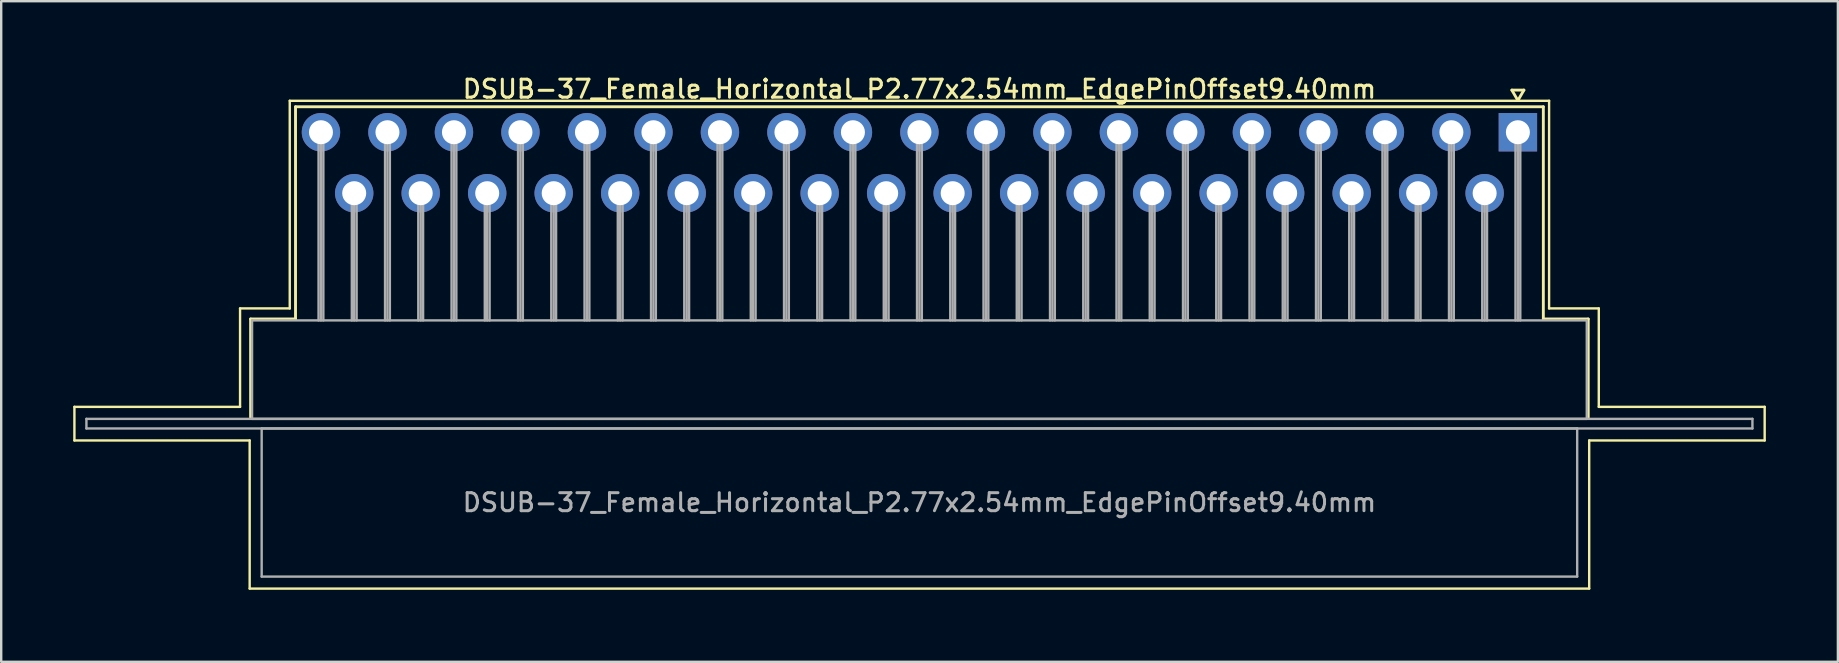
<source format=kicad_pcb>
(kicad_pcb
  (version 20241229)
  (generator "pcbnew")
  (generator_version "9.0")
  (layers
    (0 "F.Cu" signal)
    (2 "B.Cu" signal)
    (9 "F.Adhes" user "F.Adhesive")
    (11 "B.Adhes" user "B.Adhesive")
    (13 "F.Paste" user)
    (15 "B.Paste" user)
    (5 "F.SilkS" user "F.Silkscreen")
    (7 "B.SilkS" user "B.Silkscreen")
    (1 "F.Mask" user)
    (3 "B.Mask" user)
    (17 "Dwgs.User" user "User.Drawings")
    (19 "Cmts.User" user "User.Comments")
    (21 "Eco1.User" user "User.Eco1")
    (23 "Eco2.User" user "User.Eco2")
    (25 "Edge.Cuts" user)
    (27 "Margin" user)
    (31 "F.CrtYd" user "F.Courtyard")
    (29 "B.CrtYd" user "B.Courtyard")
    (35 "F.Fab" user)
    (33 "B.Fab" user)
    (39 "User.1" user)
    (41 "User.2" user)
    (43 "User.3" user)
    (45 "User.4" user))
  (footprint "DSUB-37_Female_Horizontal_P2.77x2.54mm_EdgePinOffset9.40mm"
    (layer "F.Cu")
    (at 60.18 2.458)
    (property "Reference" "DSUB-37_Female_Horizontal_P2.77x2.54mm_EdgePinOffset9.40mm" (at -24.93 -1.8 0) (layer "F.SilkS") (effects (font (size 0.75 0.75) (thickness 0.125))))
    (attr through_hole)
    (fp_line (start -60.13 11.44) (end -53.23 11.44) (stroke (width 0.1) (type solid)) (layer "F.SilkS"))
    (fp_line (start -60.13 12.84) (end -60.13 11.44) (stroke (width 0.1) (type solid)) (layer "F.SilkS"))
    (fp_line (start -53.23 7.34) (end -51.16 7.34) (stroke (width 0.1) (type solid)) (layer "F.SilkS"))
    (fp_line (start -53.23 11.44) (end -53.23 7.34) (stroke (width 0.1) (type solid)) (layer "F.SilkS"))
    (fp_line (start -52.83 12.84) (end -60.13 12.84) (stroke (width 0.1) (type solid)) (layer "F.SilkS"))
    (fp_line (start -52.83 19.01) (end -52.83 12.84) (stroke (width 0.1) (type solid)) (layer "F.SilkS"))
    (fp_line (start -52.79 7.78) (end -50.92 7.78) (stroke (width 0.12) (type solid)) (layer "F.SilkS"))
    (fp_line (start -52.79 11.88) (end -52.79 7.78) (stroke (width 0.12) (type solid)) (layer "F.SilkS"))
    (fp_line (start -51.16 -1.31) (end 1.3 -1.31) (stroke (width 0.1) (type solid)) (layer "F.SilkS"))
    (fp_line (start -51.16 7.34) (end -51.16 -1.31) (stroke (width 0.1) (type solid)) (layer "F.SilkS"))
    (fp_line (start -50.92 -1.06) (end 1.06 -1.06) (stroke (width 0.12) (type solid)) (layer "F.SilkS"))
    (fp_line (start -50.92 7.78) (end -50.92 -1.06) (stroke (width 0.12) (type solid)) (layer "F.SilkS"))
    (fp_line (start -0.25 -1.754) (end 0.25 -1.754) (stroke (width 0.12) (type solid)) (layer "F.SilkS"))
    (fp_line (start 0 -1.321) (end -0.25 -1.754) (stroke (width 0.12) (type solid)) (layer "F.SilkS"))
    (fp_line (start 0.25 -1.754) (end 0 -1.321) (stroke (width 0.12) (type solid)) (layer "F.SilkS"))
    (fp_line (start 1.06 -1.06) (end 1.06 7.78) (stroke (width 0.12) (type solid)) (layer "F.SilkS"))
    (fp_line (start 1.06 7.78) (end 2.93 7.78) (stroke (width 0.12) (type solid)) (layer "F.SilkS"))
    (fp_line (start 1.3 -1.31) (end 1.3 7.34) (stroke (width 0.1) (type solid)) (layer "F.SilkS"))
    (fp_line (start 1.3 7.34) (end 3.37 7.34) (stroke (width 0.1) (type solid)) (layer "F.SilkS"))
    (fp_line (start 2.93 7.78) (end 2.93 11.88) (stroke (width 0.12) (type solid)) (layer "F.SilkS"))
    (fp_line (start 2.97 12.84) (end 2.97 19.01) (stroke (width 0.1) (type solid)) (layer "F.SilkS"))
    (fp_line (start 2.97 19.01) (end -52.83 19.01) (stroke (width 0.1) (type solid)) (layer "F.SilkS"))
    (fp_line (start 3.37 7.34) (end 3.37 11.44) (stroke (width 0.1) (type solid)) (layer "F.SilkS"))
    (fp_line (start 3.37 11.44) (end 10.28 11.44) (stroke (width 0.1) (type solid)) (layer "F.SilkS"))
    (fp_line (start 10.28 11.44) (end 10.28 12.84) (stroke (width 0.1) (type solid)) (layer "F.SilkS"))
    (fp_line (start 10.28 12.84) (end 2.97 12.84) (stroke (width 0.1) (type solid)) (layer "F.SilkS"))
    (fp_line (start -59.63 11.94) (end -59.63 12.34) (stroke (width 0.1) (type solid)) (layer "F.Fab"))
    (fp_line (start -59.63 12.34) (end 9.77 12.34) (stroke (width 0.1) (type solid)) (layer "F.Fab"))
    (fp_line (start -52.73 7.84) (end -52.73 11.94) (stroke (width 0.1) (type solid)) (layer "F.Fab"))
    (fp_line (start -52.73 11.94) (end 2.87 11.94) (stroke (width 0.1) (type solid)) (layer "F.Fab"))
    (fp_line (start -52.33 12.34) (end -52.33 18.51) (stroke (width 0.1) (type solid)) (layer "F.Fab"))
    (fp_line (start -52.33 18.51) (end 2.47 18.51) (stroke (width 0.1) (type solid)) (layer "F.Fab"))
    (fp_line (start -49.96 0) (end -49.96 7.84) (stroke (width 0.1) (type solid)) (layer "F.Fab"))
    (fp_line (start -49.86 0) (end -49.86 7.84) (stroke (width 0.1) (type solid)) (layer "F.Fab"))
    (fp_line (start -49.76 0) (end -49.76 7.84) (stroke (width 0.1) (type solid)) (layer "F.Fab"))
    (fp_line (start -48.575 2.54) (end -48.575 7.84) (stroke (width 0.1) (type solid)) (layer "F.Fab"))
    (fp_line (start -48.475 2.54) (end -48.475 7.84) (stroke (width 0.1) (type solid)) (layer "F.Fab"))
    (fp_line (start -48.375 2.54) (end -48.375 7.84) (stroke (width 0.1) (type solid)) (layer "F.Fab"))
    (fp_line (start -47.19 0) (end -47.19 7.84) (stroke (width 0.1) (type solid)) (layer "F.Fab"))
    (fp_line (start -47.09 0) (end -47.09 7.84) (stroke (width 0.1) (type solid)) (layer "F.Fab"))
    (fp_line (start -46.99 0) (end -46.99 7.84) (stroke (width 0.1) (type solid)) (layer "F.Fab"))
    (fp_line (start -45.805 2.54) (end -45.805 7.84) (stroke (width 0.1) (type solid)) (layer "F.Fab"))
    (fp_line (start -45.705 2.54) (end -45.705 7.84) (stroke (width 0.1) (type solid)) (layer "F.Fab"))
    (fp_line (start -45.605 2.54) (end -45.605 7.84) (stroke (width 0.1) (type solid)) (layer "F.Fab"))
    (fp_line (start -44.42 0) (end -44.42 7.84) (stroke (width 0.1) (type solid)) (layer "F.Fab"))
    (fp_line (start -44.32 0) (end -44.32 7.84) (stroke (width 0.1) (type solid)) (layer "F.Fab"))
    (fp_line (start -44.22 0) (end -44.22 7.84) (stroke (width 0.1) (type solid)) (layer "F.Fab"))
    (fp_line (start -43.035 2.54) (end -43.035 7.84) (stroke (width 0.1) (type solid)) (layer "F.Fab"))
    (fp_line (start -42.935 2.54) (end -42.935 7.84) (stroke (width 0.1) (type solid)) (layer "F.Fab"))
    (fp_line (start -42.835 2.54) (end -42.835 7.84) (stroke (width 0.1) (type solid)) (layer "F.Fab"))
    (fp_line (start -41.65 0) (end -41.65 7.84) (stroke (width 0.1) (type solid)) (layer "F.Fab"))
    (fp_line (start -41.55 0) (end -41.55 7.84) (stroke (width 0.1) (type solid)) (layer "F.Fab"))
    (fp_line (start -41.45 0) (end -41.45 7.84) (stroke (width 0.1) (type solid)) (layer "F.Fab"))
    (fp_line (start -40.265 2.54) (end -40.265 7.84) (stroke (width 0.1) (type solid)) (layer "F.Fab"))
    (fp_line (start -40.165 2.54) (end -40.165 7.84) (stroke (width 0.1) (type solid)) (layer "F.Fab"))
    (fp_line (start -40.065 2.54) (end -40.065 7.84) (stroke (width 0.1) (type solid)) (layer "F.Fab"))
    (fp_line (start -38.88 0) (end -38.88 7.84) (stroke (width 0.1) (type solid)) (layer "F.Fab"))
    (fp_line (start -38.78 0) (end -38.78 7.84) (stroke (width 0.1) (type solid)) (layer "F.Fab"))
    (fp_line (start -38.68 0) (end -38.68 7.84) (stroke (width 0.1) (type solid)) (layer "F.Fab"))
    (fp_line (start -37.495 2.54) (end -37.495 7.84) (stroke (width 0.1) (type solid)) (layer "F.Fab"))
    (fp_line (start -37.395 2.54) (end -37.395 7.84) (stroke (width 0.1) (type solid)) (layer "F.Fab"))
    (fp_line (start -37.295 2.54) (end -37.295 7.84) (stroke (width 0.1) (type solid)) (layer "F.Fab"))
    (fp_line (start -36.11 0) (end -36.11 7.84) (stroke (width 0.1) (type solid)) (layer "F.Fab"))
    (fp_line (start -36.01 0) (end -36.01 7.84) (stroke (width 0.1) (type solid)) (layer "F.Fab"))
    (fp_line (start -35.91 0) (end -35.91 7.84) (stroke (width 0.1) (type solid)) (layer "F.Fab"))
    (fp_line (start -34.725 2.54) (end -34.725 7.84) (stroke (width 0.1) (type solid)) (layer "F.Fab"))
    (fp_line (start -34.625 2.54) (end -34.625 7.84) (stroke (width 0.1) (type solid)) (layer "F.Fab"))
    (fp_line (start -34.525 2.54) (end -34.525 7.84) (stroke (width 0.1) (type solid)) (layer "F.Fab"))
    (fp_line (start -33.34 0) (end -33.34 7.84) (stroke (width 0.1) (type solid)) (layer "F.Fab"))
    (fp_line (start -33.24 0) (end -33.24 7.84) (stroke (width 0.1) (type solid)) (layer "F.Fab"))
    (fp_line (start -33.14 0) (end -33.14 7.84) (stroke (width 0.1) (type solid)) (layer "F.Fab"))
    (fp_line (start -31.955 2.54) (end -31.955 7.84) (stroke (width 0.1) (type solid)) (layer "F.Fab"))
    (fp_line (start -31.855 2.54) (end -31.855 7.84) (stroke (width 0.1) (type solid)) (layer "F.Fab"))
    (fp_line (start -31.755 2.54) (end -31.755 7.84) (stroke (width 0.1) (type solid)) (layer "F.Fab"))
    (fp_line (start -30.57 0) (end -30.57 7.84) (stroke (width 0.1) (type solid)) (layer "F.Fab"))
    (fp_line (start -30.47 0) (end -30.47 7.84) (stroke (width 0.1) (type solid)) (layer "F.Fab"))
    (fp_line (start -30.37 0) (end -30.37 7.84) (stroke (width 0.1) (type solid)) (layer "F.Fab"))
    (fp_line (start -29.185 2.54) (end -29.185 7.84) (stroke (width 0.1) (type solid)) (layer "F.Fab"))
    (fp_line (start -29.085 2.54) (end -29.085 7.84) (stroke (width 0.1) (type solid)) (layer "F.Fab"))
    (fp_line (start -28.985 2.54) (end -28.985 7.84) (stroke (width 0.1) (type solid)) (layer "F.Fab"))
    (fp_line (start -27.8 0) (end -27.8 7.84) (stroke (width 0.1) (type solid)) (layer "F.Fab"))
    (fp_line (start -27.7 0) (end -27.7 7.84) (stroke (width 0.1) (type solid)) (layer "F.Fab"))
    (fp_line (start -27.6 0) (end -27.6 7.84) (stroke (width 0.1) (type solid)) (layer "F.Fab"))
    (fp_line (start -26.415 2.54) (end -26.415 7.84) (stroke (width 0.1) (type solid)) (layer "F.Fab"))
    (fp_line (start -26.315 2.54) (end -26.315 7.84) (stroke (width 0.1) (type solid)) (layer "F.Fab"))
    (fp_line (start -26.215 2.54) (end -26.215 7.84) (stroke (width 0.1) (type solid)) (layer "F.Fab"))
    (fp_line (start -25.03 0) (end -25.03 7.84) (stroke (width 0.1) (type solid)) (layer "F.Fab"))
    (fp_line (start -24.93 0) (end -24.93 7.84) (stroke (width 0.1) (type solid)) (layer "F.Fab"))
    (fp_line (start -24.83 0) (end -24.83 7.84) (stroke (width 0.1) (type solid)) (layer "F.Fab"))
    (fp_line (start -23.645 2.54) (end -23.645 7.84) (stroke (width 0.1) (type solid)) (layer "F.Fab"))
    (fp_line (start -23.545 2.54) (end -23.545 7.84) (stroke (width 0.1) (type solid)) (layer "F.Fab"))
    (fp_line (start -23.445 2.54) (end -23.445 7.84) (stroke (width 0.1) (type solid)) (layer "F.Fab"))
    (fp_line (start -22.26 0) (end -22.26 7.84) (stroke (width 0.1) (type solid)) (layer "F.Fab"))
    (fp_line (start -22.16 0) (end -22.16 7.84) (stroke (width 0.1) (type solid)) (layer "F.Fab"))
    (fp_line (start -22.06 0) (end -22.06 7.84) (stroke (width 0.1) (type solid)) (layer "F.Fab"))
    (fp_line (start -20.875 2.54) (end -20.875 7.84) (stroke (width 0.1) (type solid)) (layer "F.Fab"))
    (fp_line (start -20.775 2.54) (end -20.775 7.84) (stroke (width 0.1) (type solid)) (layer "F.Fab"))
    (fp_line (start -20.675 2.54) (end -20.675 7.84) (stroke (width 0.1) (type solid)) (layer "F.Fab"))
    (fp_line (start -19.49 0) (end -19.49 7.84) (stroke (width 0.1) (type solid)) (layer "F.Fab"))
    (fp_line (start -19.39 0) (end -19.39 7.84) (stroke (width 0.1) (type solid)) (layer "F.Fab"))
    (fp_line (start -19.29 0) (end -19.29 7.84) (stroke (width 0.1) (type solid)) (layer "F.Fab"))
    (fp_line (start -18.105 2.54) (end -18.105 7.84) (stroke (width 0.1) (type solid)) (layer "F.Fab"))
    (fp_line (start -18.005 2.54) (end -18.005 7.84) (stroke (width 0.1) (type solid)) (layer "F.Fab"))
    (fp_line (start -17.905 2.54) (end -17.905 7.84) (stroke (width 0.1) (type solid)) (layer "F.Fab"))
    (fp_line (start -16.72 0) (end -16.72 7.84) (stroke (width 0.1) (type solid)) (layer "F.Fab"))
    (fp_line (start -16.62 0) (end -16.62 7.84) (stroke (width 0.1) (type solid)) (layer "F.Fab"))
    (fp_line (start -16.52 0) (end -16.52 7.84) (stroke (width 0.1) (type solid)) (layer "F.Fab"))
    (fp_line (start -15.335 2.54) (end -15.335 7.84) (stroke (width 0.1) (type solid)) (layer "F.Fab"))
    (fp_line (start -15.235 2.54) (end -15.235 7.84) (stroke (width 0.1) (type solid)) (layer "F.Fab"))
    (fp_line (start -15.135 2.54) (end -15.135 7.84) (stroke (width 0.1) (type solid)) (layer "F.Fab"))
    (fp_line (start -13.95 0) (end -13.95 7.84) (stroke (width 0.1) (type solid)) (layer "F.Fab"))
    (fp_line (start -13.85 0) (end -13.85 7.84) (stroke (width 0.1) (type solid)) (layer "F.Fab"))
    (fp_line (start -13.75 0) (end -13.75 7.84) (stroke (width 0.1) (type solid)) (layer "F.Fab"))
    (fp_line (start -12.565 2.54) (end -12.565 7.84) (stroke (width 0.1) (type solid)) (layer "F.Fab"))
    (fp_line (start -12.465 2.54) (end -12.465 7.84) (stroke (width 0.1) (type solid)) (layer "F.Fab"))
    (fp_line (start -12.365 2.54) (end -12.365 7.84) (stroke (width 0.1) (type solid)) (layer "F.Fab"))
    (fp_line (start -11.18 0) (end -11.18 7.84) (stroke (width 0.1) (type solid)) (layer "F.Fab"))
    (fp_line (start -11.08 0) (end -11.08 7.84) (stroke (width 0.1) (type solid)) (layer "F.Fab"))
    (fp_line (start -10.98 0) (end -10.98 7.84) (stroke (width 0.1) (type solid)) (layer "F.Fab"))
    (fp_line (start -9.795 2.54) (end -9.795 7.84) (stroke (width 0.1) (type solid)) (layer "F.Fab"))
    (fp_line (start -9.695 2.54) (end -9.695 7.84) (stroke (width 0.1) (type solid)) (layer "F.Fab"))
    (fp_line (start -9.595 2.54) (end -9.595 7.84) (stroke (width 0.1) (type solid)) (layer "F.Fab"))
    (fp_line (start -8.41 0) (end -8.41 7.84) (stroke (width 0.1) (type solid)) (layer "F.Fab"))
    (fp_line (start -8.31 0) (end -8.31 7.84) (stroke (width 0.1) (type solid)) (layer "F.Fab"))
    (fp_line (start -8.21 0) (end -8.21 7.84) (stroke (width 0.1) (type solid)) (layer "F.Fab"))
    (fp_line (start -7.025 2.54) (end -7.025 7.84) (stroke (width 0.1) (type solid)) (layer "F.Fab"))
    (fp_line (start -6.925 2.54) (end -6.925 7.84) (stroke (width 0.1) (type solid)) (layer "F.Fab"))
    (fp_line (start -6.825 2.54) (end -6.825 7.84) (stroke (width 0.1) (type solid)) (layer "F.Fab"))
    (fp_line (start -5.64 0) (end -5.64 7.84) (stroke (width 0.1) (type solid)) (layer "F.Fab"))
    (fp_line (start -5.54 0) (end -5.54 7.84) (stroke (width 0.1) (type solid)) (layer "F.Fab"))
    (fp_line (start -5.44 0) (end -5.44 7.84) (stroke (width 0.1) (type solid)) (layer "F.Fab"))
    (fp_line (start -4.255 2.54) (end -4.255 7.84) (stroke (width 0.1) (type solid)) (layer "F.Fab"))
    (fp_line (start -4.155 2.54) (end -4.155 7.84) (stroke (width 0.1) (type solid)) (layer "F.Fab"))
    (fp_line (start -4.055 2.54) (end -4.055 7.84) (stroke (width 0.1) (type solid)) (layer "F.Fab"))
    (fp_line (start -2.87 0) (end -2.87 7.84) (stroke (width 0.1) (type solid)) (layer "F.Fab"))
    (fp_line (start -2.77 0) (end -2.77 7.84) (stroke (width 0.1) (type solid)) (layer "F.Fab"))
    (fp_line (start -2.67 0) (end -2.67 7.84) (stroke (width 0.1) (type solid)) (layer "F.Fab"))
    (fp_line (start -1.485 2.54) (end -1.485 7.84) (stroke (width 0.1) (type solid)) (layer "F.Fab"))
    (fp_line (start -1.385 2.54) (end -1.385 7.84) (stroke (width 0.1) (type solid)) (layer "F.Fab"))
    (fp_line (start -1.285 2.54) (end -1.285 7.84) (stroke (width 0.1) (type solid)) (layer "F.Fab"))
    (fp_line (start -0.1 0) (end -0.1 7.84) (stroke (width 0.1) (type solid)) (layer "F.Fab"))
    (fp_line (start 0 0) (end 0 7.84) (stroke (width 0.1) (type solid)) (layer "F.Fab"))
    (fp_line (start 0.1 0) (end 0.1 7.84) (stroke (width 0.1) (type solid)) (layer "F.Fab"))
    (fp_line (start 2.47 12.34) (end -52.33 12.34) (stroke (width 0.1) (type solid)) (layer "F.Fab"))
    (fp_line (start 2.47 18.51) (end 2.47 12.34) (stroke (width 0.1) (type solid)) (layer "F.Fab"))
    (fp_line (start 2.87 7.84) (end -52.73 7.84) (stroke (width 0.1) (type solid)) (layer "F.Fab"))
    (fp_line (start 2.87 11.94) (end 2.87 7.84) (stroke (width 0.1) (type solid)) (layer "F.Fab"))
    (fp_line (start 9.77 11.94) (end -59.63 11.94) (stroke (width 0.1) (type solid)) (layer "F.Fab"))
    (fp_line (start 9.77 12.34) (end 9.77 11.94) (stroke (width 0.1) (type solid)) (layer "F.Fab"))
    (fp_text user "${REFERENCE}" (at -24.93 15.425 0) (layer "F.Fab") (effects (font (size 0.75 0.75) (thickness 0.125))))
    (pad "1" thru_hole rect (at 0 0) (size 1.6 1.6) (drill 1) (layers "*.Cu" "*.Mask"))
    (pad "2" thru_hole circle (at -2.77 0) (size 1.6 1.6) (drill 1) (layers "*.Cu" "*.Mask"))
    (pad "3" thru_hole circle (at -5.54 0) (size 1.6 1.6) (drill 1) (layers "*.Cu" "*.Mask"))
    (pad "4" thru_hole circle (at -8.31 0) (size 1.6 1.6) (drill 1) (layers "*.Cu" "*.Mask"))
    (pad "5" thru_hole circle (at -11.08 0) (size 1.6 1.6) (drill 1) (layers "*.Cu" "*.Mask"))
    (pad "6" thru_hole circle (at -13.85 0) (size 1.6 1.6) (drill 1) (layers "*.Cu" "*.Mask"))
    (pad "7" thru_hole circle (at -16.62 0) (size 1.6 1.6) (drill 1) (layers "*.Cu" "*.Mask"))
    (pad "8" thru_hole circle (at -19.39 0) (size 1.6 1.6) (drill 1) (layers "*.Cu" "*.Mask"))
    (pad "9" thru_hole circle (at -22.16 0) (size 1.6 1.6) (drill 1) (layers "*.Cu" "*.Mask"))
    (pad "10" thru_hole circle (at -24.93 0) (size 1.6 1.6) (drill 1) (layers "*.Cu" "*.Mask"))
    (pad "11" thru_hole circle (at -27.7 0) (size 1.6 1.6) (drill 1) (layers "*.Cu" "*.Mask"))
    (pad "12" thru_hole circle (at -30.47 0) (size 1.6 1.6) (drill 1) (layers "*.Cu" "*.Mask"))
    (pad "13" thru_hole circle (at -33.24 0) (size 1.6 1.6) (drill 1) (layers "*.Cu" "*.Mask"))
    (pad "14" thru_hole circle (at -36.01 0) (size 1.6 1.6) (drill 1) (layers "*.Cu" "*.Mask"))
    (pad "15" thru_hole circle (at -38.78 0) (size 1.6 1.6) (drill 1) (layers "*.Cu" "*.Mask"))
    (pad "16" thru_hole circle (at -41.55 0) (size 1.6 1.6) (drill 1) (layers "*.Cu" "*.Mask"))
    (pad "17" thru_hole circle (at -44.32 0) (size 1.6 1.6) (drill 1) (layers "*.Cu" "*.Mask"))
    (pad "18" thru_hole circle (at -47.09 0) (size 1.6 1.6) (drill 1) (layers "*.Cu" "*.Mask"))
    (pad "19" thru_hole circle (at -49.86 0) (size 1.6 1.6) (drill 1) (layers "*.Cu" "*.Mask"))
    (pad "20" thru_hole circle (at -1.385 2.54) (size 1.6 1.6) (drill 1) (layers "*.Cu" "*.Mask"))
    (pad "21" thru_hole circle (at -4.155 2.54) (size 1.6 1.6) (drill 1) (layers "*.Cu" "*.Mask"))
    (pad "22" thru_hole circle (at -6.925 2.54) (size 1.6 1.6) (drill 1) (layers "*.Cu" "*.Mask"))
    (pad "23" thru_hole circle (at -9.695 2.54) (size 1.6 1.6) (drill 1) (layers "*.Cu" "*.Mask"))
    (pad "24" thru_hole circle (at -12.465 2.54) (size 1.6 1.6) (drill 1) (layers "*.Cu" "*.Mask"))
    (pad "25" thru_hole circle (at -15.235 2.54) (size 1.6 1.6) (drill 1) (layers "*.Cu" "*.Mask"))
    (pad "26" thru_hole circle (at -18.005 2.54) (size 1.6 1.6) (drill 1) (layers "*.Cu" "*.Mask"))
    (pad "27" thru_hole circle (at -20.775 2.54) (size 1.6 1.6) (drill 1) (layers "*.Cu" "*.Mask"))
    (pad "28" thru_hole circle (at -23.545 2.54) (size 1.6 1.6) (drill 1) (layers "*.Cu" "*.Mask"))
    (pad "29" thru_hole circle (at -26.315 2.54) (size 1.6 1.6) (drill 1) (layers "*.Cu" "*.Mask"))
    (pad "30" thru_hole circle (at -29.085 2.54) (size 1.6 1.6) (drill 1) (layers "*.Cu" "*.Mask"))
    (pad "31" thru_hole circle (at -31.855 2.54) (size 1.6 1.6) (drill 1) (layers "*.Cu" "*.Mask"))
    (pad "32" thru_hole circle (at -34.625 2.54) (size 1.6 1.6) (drill 1) (layers "*.Cu" "*.Mask"))
    (pad "33" thru_hole circle (at -37.395 2.54) (size 1.6 1.6) (drill 1) (layers "*.Cu" "*.Mask"))
    (pad "34" thru_hole circle (at -40.165 2.54) (size 1.6 1.6) (drill 1) (layers "*.Cu" "*.Mask"))
    (pad "35" thru_hole circle (at -42.935 2.54) (size 1.6 1.6) (drill 1) (layers "*.Cu" "*.Mask"))
    (pad "36" thru_hole circle (at -45.705 2.54) (size 1.6 1.6) (drill 1) (layers "*.Cu" "*.Mask"))
    (pad "37" thru_hole circle (at -48.475 2.54) (size 1.6 1.6) (drill 1) (layers "*.Cu" "*.Mask")))
  (gr_rect
    (start -3 -3)
    (end 73.51 24.518)
    (stroke (width 0.1) (type default))
    (fill no)
    (layer "Edge.Cuts")))
</source>
